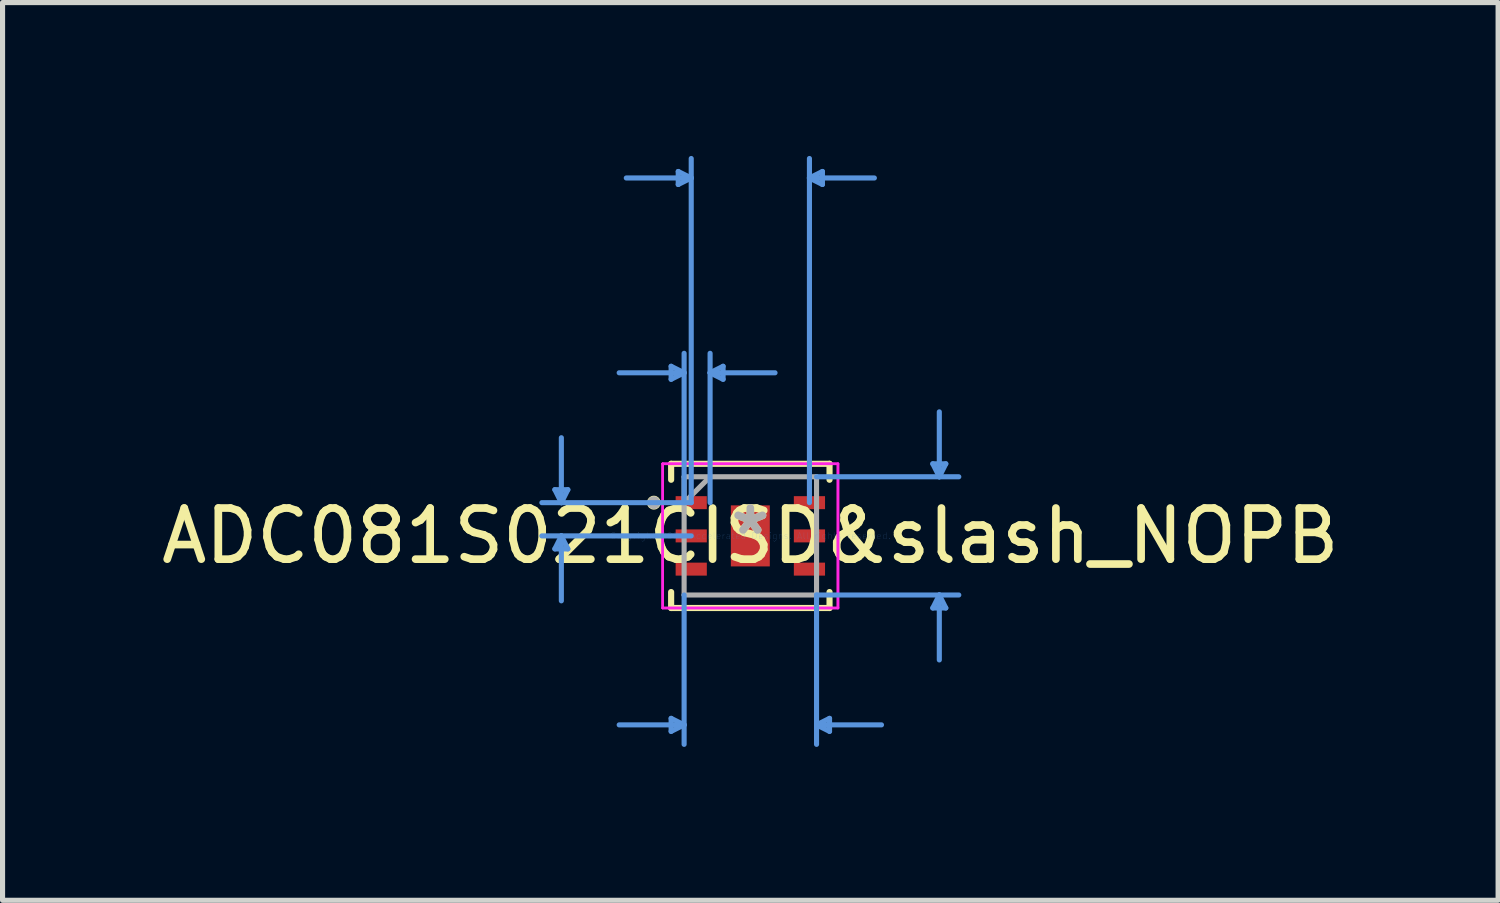
<source format=kicad_pcb>
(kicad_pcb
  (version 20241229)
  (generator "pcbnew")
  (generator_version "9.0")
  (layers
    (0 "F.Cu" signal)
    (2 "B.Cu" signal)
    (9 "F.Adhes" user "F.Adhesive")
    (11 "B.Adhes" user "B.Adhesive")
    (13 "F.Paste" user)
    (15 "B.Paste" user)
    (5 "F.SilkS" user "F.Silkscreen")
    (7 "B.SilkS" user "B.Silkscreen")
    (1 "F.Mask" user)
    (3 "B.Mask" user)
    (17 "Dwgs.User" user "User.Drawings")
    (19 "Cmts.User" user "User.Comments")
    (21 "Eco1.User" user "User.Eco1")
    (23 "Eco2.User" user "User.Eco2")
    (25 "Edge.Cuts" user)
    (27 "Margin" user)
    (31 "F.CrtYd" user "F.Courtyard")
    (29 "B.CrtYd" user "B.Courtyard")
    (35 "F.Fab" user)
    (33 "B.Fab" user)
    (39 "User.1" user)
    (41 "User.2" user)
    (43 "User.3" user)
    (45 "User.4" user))
  (footprint "ADC081S021CISD&slash_NOPB"
    (layer "F.Cu")
    (at 11.625 7.431)
    (property "Reference" "ADC081S021CISD&slash_NOPB" (at 0 0 0) (layer "F.SilkS") (effects (font (size 1 1) (thickness 0.15))))
    (attr through_hole)
    (fp_line (start -1.549 -1.41) (end -1.549 -1.098) (stroke (width 0.12) (type solid)) (layer "F.SilkS"))
    (fp_line (start -1.549 1.098) (end -1.549 1.41) (stroke (width 0.12) (type solid)) (layer "F.SilkS"))
    (fp_line (start -1.549 1.41) (end 1.549 1.41) (stroke (width 0.12) (type solid)) (layer "F.SilkS"))
    (fp_line (start 1.549 -1.41) (end -1.549 -1.41) (stroke (width 0.12) (type solid)) (layer "F.SilkS"))
    (fp_line (start 1.549 -1.098) (end 1.549 -1.41) (stroke (width 0.12) (type solid)) (layer "F.SilkS"))
    (fp_line (start 1.549 1.41) (end 1.549 1.098) (stroke (width 0.12) (type solid)) (layer "F.SilkS"))
    (fp_circle (center -1.887 -0.65) (end -1.811 -0.65) (stroke (width 0.12) (type solid)) (fill no) (layer "F.SilkS"))
    (fp_poly (pts (xy -1.664 -0.777) (xy -1.664 -0.523) (xy -1.054 -0.523) (xy -1.054 -0.777)) (stroke (width 0.1) (type solid)) (fill yes) (layer "F.Paste"))
    (fp_poly (pts (xy -1.664 -0.127) (xy -1.664 0.127) (xy -1.054 0.127) (xy -1.054 -0.127)) (stroke (width 0.1) (type solid)) (fill yes) (layer "F.Paste"))
    (fp_poly (pts (xy -1.664 0.523) (xy -1.664 0.777) (xy -1.054 0.777) (xy -1.054 0.523)) (stroke (width 0.1) (type solid)) (fill yes) (layer "F.Paste"))
    (fp_poly (pts (xy -0.356 -0.572) (xy -0.356 0.572) (xy 0.356 0.572) (xy 0.356 -0.572)) (stroke (width 0.1) (type solid)) (fill yes) (layer "F.Paste"))
    (fp_poly (pts (xy 1.054 -0.777) (xy 1.054 -0.523) (xy 1.664 -0.523) (xy 1.664 -0.777)) (stroke (width 0.1) (type solid)) (fill yes) (layer "F.Paste"))
    (fp_poly (pts (xy 1.054 -0.127) (xy 1.054 0.127) (xy 1.664 0.127) (xy 1.664 -0.127)) (stroke (width 0.1) (type solid)) (fill yes) (layer "F.Paste"))
    (fp_poly (pts (xy 1.054 0.523) (xy 1.054 0.777) (xy 1.664 0.777) (xy 1.664 0.523)) (stroke (width 0.1) (type solid)) (fill yes) (layer "F.Paste"))
    (fp_line (start -3.823 -0.904) (end -3.569 -0.904) (stroke (width 0.1) (type solid)) (layer "Cmts.User"))
    (fp_line (start -3.823 0.254) (end -3.569 0.254) (stroke (width 0.1) (type solid)) (layer "Cmts.User"))
    (fp_line (start -3.696 -0.65) (end -3.823 -0.904) (stroke (width 0.1) (type solid)) (layer "Cmts.User"))
    (fp_line (start -3.696 -0.65) (end -3.696 -1.92) (stroke (width 0.1) (type solid)) (layer "Cmts.User"))
    (fp_line (start -3.696 -0.65) (end -3.569 -0.904) (stroke (width 0.1) (type solid)) (layer "Cmts.User"))
    (fp_line (start -3.696 0) (end -3.823 0.254) (stroke (width 0.1) (type solid)) (layer "Cmts.User"))
    (fp_line (start -3.696 0) (end -3.696 1.27) (stroke (width 0.1) (type solid)) (layer "Cmts.User"))
    (fp_line (start -3.696 0) (end -3.569 0.254) (stroke (width 0.1) (type solid)) (layer "Cmts.User"))
    (fp_line (start -1.549 -3.317) (end -1.549 -3.063) (stroke (width 0.1) (type solid)) (layer "Cmts.User"))
    (fp_line (start -1.549 3.569) (end -1.549 3.823) (stroke (width 0.1) (type solid)) (layer "Cmts.User"))
    (fp_line (start -1.41 -7.127) (end -1.41 -6.873) (stroke (width 0.1) (type solid)) (layer "Cmts.User"))
    (fp_line (start -1.295 -3.19) (end -2.565 -3.19) (stroke (width 0.1) (type solid)) (layer "Cmts.User"))
    (fp_line (start -1.295 -3.19) (end -1.549 -3.317) (stroke (width 0.1) (type solid)) (layer "Cmts.User"))
    (fp_line (start -1.295 -3.19) (end -1.549 -3.063) (stroke (width 0.1) (type solid)) (layer "Cmts.User"))
    (fp_line (start -1.295 -0.65) (end -1.295 -3.571) (stroke (width 0.1) (type solid)) (layer "Cmts.User"))
    (fp_line (start -1.295 1.156) (end -1.295 4.077) (stroke (width 0.1) (type solid)) (layer "Cmts.User"))
    (fp_line (start -1.295 3.696) (end -2.565 3.696) (stroke (width 0.1) (type solid)) (layer "Cmts.User"))
    (fp_line (start -1.295 3.696) (end -1.549 3.569) (stroke (width 0.1) (type solid)) (layer "Cmts.User"))
    (fp_line (start -1.295 3.696) (end -1.549 3.823) (stroke (width 0.1) (type solid)) (layer "Cmts.User"))
    (fp_line (start -1.156 -7) (end -2.426 -7) (stroke (width 0.1) (type solid)) (layer "Cmts.User"))
    (fp_line (start -1.156 -7) (end -1.41 -7.127) (stroke (width 0.1) (type solid)) (layer "Cmts.User"))
    (fp_line (start -1.156 -7) (end -1.41 -6.873) (stroke (width 0.1) (type solid)) (layer "Cmts.User"))
    (fp_line (start -1.156 -0.65) (end -4.077 -0.65) (stroke (width 0.1) (type solid)) (layer "Cmts.User"))
    (fp_line (start -1.156 -0.65) (end -1.156 -7.381) (stroke (width 0.1) (type solid)) (layer "Cmts.User"))
    (fp_line (start -1.156 0) (end -4.077 0) (stroke (width 0.1) (type solid)) (layer "Cmts.User"))
    (fp_line (start -0.787 -3.19) (end -0.533 -3.317) (stroke (width 0.1) (type solid)) (layer "Cmts.User"))
    (fp_line (start -0.787 -3.19) (end -0.533 -3.063) (stroke (width 0.1) (type solid)) (layer "Cmts.User"))
    (fp_line (start -0.787 -3.19) (end 0.483 -3.19) (stroke (width 0.1) (type solid)) (layer "Cmts.User"))
    (fp_line (start -0.787 -0.65) (end -0.787 -3.571) (stroke (width 0.1) (type solid)) (layer "Cmts.User"))
    (fp_line (start -0.533 -3.317) (end -0.533 -3.063) (stroke (width 0.1) (type solid)) (layer "Cmts.User"))
    (fp_line (start 1.156 -7) (end 1.41 -7.127) (stroke (width 0.1) (type solid)) (layer "Cmts.User"))
    (fp_line (start 1.156 -7) (end 1.41 -6.873) (stroke (width 0.1) (type solid)) (layer "Cmts.User"))
    (fp_line (start 1.156 -7) (end 2.426 -7) (stroke (width 0.1) (type solid)) (layer "Cmts.User"))
    (fp_line (start 1.156 -0.65) (end 1.156 -7.381) (stroke (width 0.1) (type solid)) (layer "Cmts.User"))
    (fp_line (start 1.295 -1.156) (end 4.077 -1.156) (stroke (width 0.1) (type solid)) (layer "Cmts.User"))
    (fp_line (start 1.295 1.156) (end 1.295 4.077) (stroke (width 0.1) (type solid)) (layer "Cmts.User"))
    (fp_line (start 1.295 1.156) (end 4.077 1.156) (stroke (width 0.1) (type solid)) (layer "Cmts.User"))
    (fp_line (start 1.295 3.696) (end 1.549 3.569) (stroke (width 0.1) (type solid)) (layer "Cmts.User"))
    (fp_line (start 1.295 3.696) (end 1.549 3.823) (stroke (width 0.1) (type solid)) (layer "Cmts.User"))
    (fp_line (start 1.295 3.696) (end 2.565 3.696) (stroke (width 0.1) (type solid)) (layer "Cmts.User"))
    (fp_line (start 1.41 -7.127) (end 1.41 -6.873) (stroke (width 0.1) (type solid)) (layer "Cmts.User"))
    (fp_line (start 1.549 3.569) (end 1.549 3.823) (stroke (width 0.1) (type solid)) (layer "Cmts.User"))
    (fp_line (start 3.569 -1.41) (end 3.823 -1.41) (stroke (width 0.1) (type solid)) (layer "Cmts.User"))
    (fp_line (start 3.569 1.41) (end 3.823 1.41) (stroke (width 0.1) (type solid)) (layer "Cmts.User"))
    (fp_line (start 3.696 -1.156) (end 3.569 -1.41) (stroke (width 0.1) (type solid)) (layer "Cmts.User"))
    (fp_line (start 3.696 -1.156) (end 3.696 -2.426) (stroke (width 0.1) (type solid)) (layer "Cmts.User"))
    (fp_line (start 3.696 -1.156) (end 3.823 -1.41) (stroke (width 0.1) (type solid)) (layer "Cmts.User"))
    (fp_line (start 3.696 1.156) (end 3.569 1.41) (stroke (width 0.1) (type solid)) (layer "Cmts.User"))
    (fp_line (start 3.696 1.156) (end 3.696 2.426) (stroke (width 0.1) (type solid)) (layer "Cmts.User"))
    (fp_line (start 3.696 1.156) (end 3.823 1.41) (stroke (width 0.1) (type solid)) (layer "Cmts.User"))
    (fp_line (start -1.714 -1.41) (end 1.714 -1.41) (stroke (width 0.05) (type solid)) (layer "F.CrtYd"))
    (fp_line (start -1.714 -1.41) (end 1.714 -1.41) (stroke (width 0.05) (type solid)) (layer "F.CrtYd"))
    (fp_line (start -1.714 1.41) (end -1.714 -1.41) (stroke (width 0.05) (type solid)) (layer "F.CrtYd"))
    (fp_line (start -1.714 1.41) (end -1.714 -1.41) (stroke (width 0.05) (type solid)) (layer "F.CrtYd"))
    (fp_line (start 1.714 -1.41) (end 1.714 1.41) (stroke (width 0.05) (type solid)) (layer "F.CrtYd"))
    (fp_line (start 1.714 -1.41) (end 1.714 1.41) (stroke (width 0.05) (type solid)) (layer "F.CrtYd"))
    (fp_line (start 1.714 1.41) (end -1.714 1.41) (stroke (width 0.05) (type solid)) (layer "F.CrtYd"))
    (fp_line (start 1.714 1.41) (end -1.714 1.41) (stroke (width 0.05) (type solid)) (layer "F.CrtYd"))
    (fp_line (start -1.295 -1.156) (end -1.295 1.156) (stroke (width 0.1) (type solid)) (layer "F.Fab"))
    (fp_line (start -1.295 1.156) (end 1.295 1.156) (stroke (width 0.1) (type solid)) (layer "F.Fab"))
    (fp_line (start -0.787 -1.156) (end -1.295 -0.648) (stroke (width 0.1) (type solid)) (layer "F.Fab"))
    (fp_line (start 1.295 -1.156) (end -1.295 -1.156) (stroke (width 0.1) (type solid)) (layer "F.Fab"))
    (fp_line (start 1.295 1.156) (end 1.295 -1.156) (stroke (width 0.1) (type solid)) (layer "F.Fab"))
    (fp_circle (center -1.887 -0.65) (end -1.811 -0.65) (stroke (width 0.1) (type solid)) (fill no) (layer "F.Fab"))
    (fp_text user "*" (at 0 0 0) (layer "F.SilkS") (effects (font (size 1 1) (thickness 0.15))))
    (fp_text user "Copyright 2021 Accelerated Designs. All rights reserved." (at 0 0 0) (layer "Cmts.User") (effects (font (size 0.127 0.127) (thickness 0.002))))
    (fp_text user "*" (at 0 0 0) (layer "F.Fab") (effects (font (size 1 1) (thickness 0.15))))
    (pad "1" smd rect (at -1.156 -0.65) (size 0.61 0.254) (layers "F.Cu" "F.Mask"))
    (pad "2" smd rect (at -1.156 0) (size 0.61 0.254) (layers "F.Cu" "F.Mask"))
    (pad "3" smd rect (at -1.156 0.65) (size 0.61 0.254) (layers "F.Cu" "F.Mask"))
    (pad "4" smd rect (at 1.156 0.65) (size 0.61 0.254) (layers "F.Cu" "F.Mask"))
    (pad "5" smd rect (at 1.156 0) (size 0.61 0.254) (layers "F.Cu" "F.Mask"))
    (pad "6" smd rect (at 1.156 -0.65) (size 0.61 0.254) (layers "F.Cu" "F.Mask"))
    (pad "7" smd rect (at 0 0) (size 0.762 1.194) (layers "F.Cu" "F.Mask")))
  (gr_rect
    (start -3 -3)
    (end 26.25 14.558)
    (stroke (width 0.1) (type default))
    (fill no)
    (layer "Edge.Cuts")))
</source>
